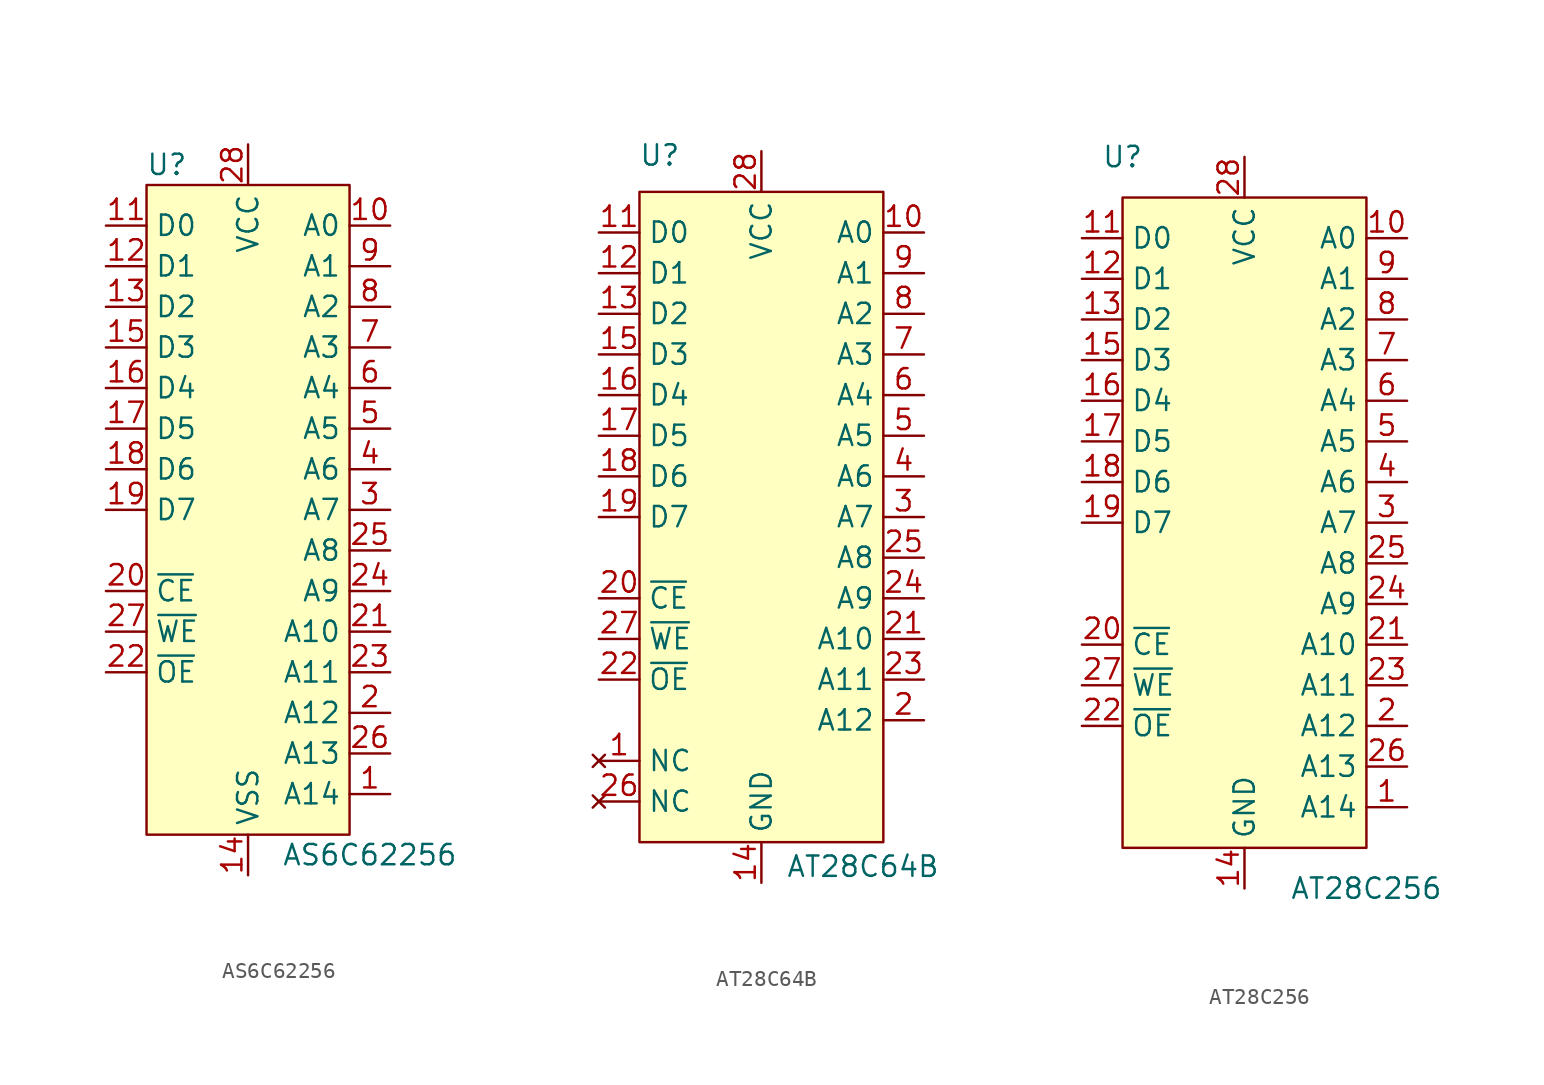
<source format=kicad_sym>
(kicad_symbol_lib
  (version 20211014)
  (generator kicad_symbol_editor)
  (symbol "AS6C62256"
    (property "Reference" "U"
      (at -5.08 13.97 0)
      (effects (font (size 1.27 1.27))))
    (property "Value" "AS6C62256"
      (at 7.62 -29.21 0)
      (effects (font (size 1.27 1.27))))
    (symbol "AS6C62256_0_1"
      (rectangle (start -6.35 12.7) (end 6.35 -27.94) (stroke (width 0) (type default) (color 0 0 0 0)) (fill (type background))))
    (symbol "AS6C62256_1_1"
      (pin input line (at 8.89 -25.4 180) (length 2.54) (name "A14" (effects (font (size 1.27 1.27)))) (number "1" (effects (font (size 1.27 1.27)))))
      (pin input line (at 8.89 10.16 180) (length 2.54) (name "A0" (effects (font (size 1.27 1.27)))) (number "10" (effects (font (size 1.27 1.27)))))
      (pin input line (at -8.89 10.16 0) (length 2.54) (name "D0" (effects (font (size 1.27 1.27)))) (number "11" (effects (font (size 1.27 1.27)))))
      (pin input line (at -8.89 7.62 0) (length 2.54) (name "D1" (effects (font (size 1.27 1.27)))) (number "12" (effects (font (size 1.27 1.27)))))
      (pin input line (at -8.89 5.08 0) (length 2.54) (name "D2" (effects (font (size 1.27 1.27)))) (number "13" (effects (font (size 1.27 1.27)))))
      (pin input line (at 0 -30.48 90) (length 2.54) (name "VSS" (effects (font (size 1.27 1.27)))) (number "14" (effects (font (size 1.27 1.27)))))
      (pin input line (at -8.89 2.54 0) (length 2.54) (name "D3" (effects (font (size 1.27 1.27)))) (number "15" (effects (font (size 1.27 1.27)))))
      (pin input line (at -8.89 0 0) (length 2.54) (name "D4" (effects (font (size 1.27 1.27)))) (number "16" (effects (font (size 1.27 1.27)))))
      (pin input line (at -8.89 -2.54 0) (length 2.54) (name "D5" (effects (font (size 1.27 1.27)))) (number "17" (effects (font (size 1.27 1.27)))))
      (pin input line (at -8.89 -5.08 0) (length 2.54) (name "D6" (effects (font (size 1.27 1.27)))) (number "18" (effects (font (size 1.27 1.27)))))
      (pin input line (at -8.89 -7.62 0) (length 2.54) (name "D7" (effects (font (size 1.27 1.27)))) (number "19" (effects (font (size 1.27 1.27)))))
      (pin input line (at 8.89 -20.32 180) (length 2.54) (name "A12" (effects (font (size 1.27 1.27)))) (number "2" (effects (font (size 1.27 1.27)))))
      (pin input line (at -8.89 -12.7 0) (length 2.54) (name "~{CE}" (effects (font (size 1.27 1.27)))) (number "20" (effects (font (size 1.27 1.27)))))
      (pin input line (at 8.89 -15.24 180) (length 2.54) (name "A10" (effects (font (size 1.27 1.27)))) (number "21" (effects (font (size 1.27 1.27)))))
      (pin input line (at -8.89 -17.78 0) (length 2.54) (name "~{OE}" (effects (font (size 1.27 1.27)))) (number "22" (effects (font (size 1.27 1.27)))))
      (pin input line (at 8.89 -17.78 180) (length 2.54) (name "A11" (effects (font (size 1.27 1.27)))) (number "23" (effects (font (size 1.27 1.27)))))
      (pin input line (at 8.89 -12.7 180) (length 2.54) (name "A9" (effects (font (size 1.27 1.27)))) (number "24" (effects (font (size 1.27 1.27)))))
      (pin input line (at 8.89 -10.16 180) (length 2.54) (name "A8" (effects (font (size 1.27 1.27)))) (number "25" (effects (font (size 1.27 1.27)))))
      (pin input line (at 8.89 -22.86 180) (length 2.54) (name "A13" (effects (font (size 1.27 1.27)))) (number "26" (effects (font (size 1.27 1.27)))))
      (pin input line (at -8.89 -15.24 0) (length 2.54) (name "~{WE}" (effects (font (size 1.27 1.27)))) (number "27" (effects (font (size 1.27 1.27)))))
      (pin input line (at 0 15.24 270) (length 2.54) (name "VCC" (effects (font (size 1.27 1.27)))) (number "28" (effects (font (size 1.27 1.27)))))
      (pin input line (at 8.89 -7.62 180) (length 2.54) (name "A7" (effects (font (size 1.27 1.27)))) (number "3" (effects (font (size 1.27 1.27)))))
      (pin input line (at 8.89 -5.08 180) (length 2.54) (name "A6" (effects (font (size 1.27 1.27)))) (number "4" (effects (font (size 1.27 1.27)))))
      (pin input line (at 8.89 -2.54 180) (length 2.54) (name "A5" (effects (font (size 1.27 1.27)))) (number "5" (effects (font (size 1.27 1.27)))))
      (pin input line (at 8.89 0 180) (length 2.54) (name "A4" (effects (font (size 1.27 1.27)))) (number "6" (effects (font (size 1.27 1.27)))))
      (pin input line (at 8.89 2.54 180) (length 2.54) (name "A3" (effects (font (size 1.27 1.27)))) (number "7" (effects (font (size 1.27 1.27)))))
      (pin input line (at 8.89 5.08 180) (length 2.54) (name "A2" (effects (font (size 1.27 1.27)))) (number "8" (effects (font (size 1.27 1.27)))))
      (pin input line (at 8.89 7.62 180) (length 2.54) (name "A1" (effects (font (size 1.27 1.27)))) (number "9" (effects (font (size 1.27 1.27)))))))
  (symbol "AT28C64B"
    (property "Reference" "U"
      (at -6.35 20.066 0)
      (effects (font (size 1.27 1.27))))
    (property "Value" "AT28C64B"
      (at 6.35 -24.384 0)
      (effects (font (size 1.27 1.27))))
    (symbol "AT28C64B_0_1"
      (rectangle (start -7.62 17.78) (end 7.62 -22.86) (stroke (width 0) (type default) (color 0 0 0 0)) (fill (type background))))
    (symbol "AT28C64B_1_1"
      (pin no_connect line (at -10.16 -17.78 0) (length 2.54) (name "NC" (effects (font (size 1.27 1.27)))) (number "1" (effects (font (size 1.27 1.27)))))
      (pin input line (at 10.16 15.24 180) (length 2.54) (name "A0" (effects (font (size 1.27 1.27)))) (number "10" (effects (font (size 1.27 1.27)))))
      (pin input line (at -10.16 15.24 0) (length 2.54) (name "D0" (effects (font (size 1.27 1.27)))) (number "11" (effects (font (size 1.27 1.27)))))
      (pin input line (at -10.16 12.7 0) (length 2.54) (name "D1" (effects (font (size 1.27 1.27)))) (number "12" (effects (font (size 1.27 1.27)))))
      (pin input line (at -10.16 10.16 0) (length 2.54) (name "D2" (effects (font (size 1.27 1.27)))) (number "13" (effects (font (size 1.27 1.27)))))
      (pin input line (at 0 -25.4 90) (length 2.54) (name "GND" (effects (font (size 1.27 1.27)))) (number "14" (effects (font (size 1.27 1.27)))))
      (pin input line (at -10.16 7.62 0) (length 2.54) (name "D3" (effects (font (size 1.27 1.27)))) (number "15" (effects (font (size 1.27 1.27)))))
      (pin input line (at -10.16 5.08 0) (length 2.54) (name "D4" (effects (font (size 1.27 1.27)))) (number "16" (effects (font (size 1.27 1.27)))))
      (pin input line (at -10.16 2.54 0) (length 2.54) (name "D5" (effects (font (size 1.27 1.27)))) (number "17" (effects (font (size 1.27 1.27)))))
      (pin input line (at -10.16 0 0) (length 2.54) (name "D6" (effects (font (size 1.27 1.27)))) (number "18" (effects (font (size 1.27 1.27)))))
      (pin input line (at -10.16 -2.54 0) (length 2.54) (name "D7" (effects (font (size 1.27 1.27)))) (number "19" (effects (font (size 1.27 1.27)))))
      (pin input line (at 10.16 -15.24 180) (length 2.54) (name "A12" (effects (font (size 1.27 1.27)))) (number "2" (effects (font (size 1.27 1.27)))))
      (pin input line (at -10.16 -7.62 0) (length 2.54) (name "~{CE}" (effects (font (size 1.27 1.27)))) (number "20" (effects (font (size 1.27 1.27)))))
      (pin input line (at 10.16 -10.16 180) (length 2.54) (name "A10" (effects (font (size 1.27 1.27)))) (number "21" (effects (font (size 1.27 1.27)))))
      (pin input line (at -10.16 -12.7 0) (length 2.54) (name "~{OE}" (effects (font (size 1.27 1.27)))) (number "22" (effects (font (size 1.27 1.27)))))
      (pin input line (at 10.16 -12.7 180) (length 2.54) (name "A11" (effects (font (size 1.27 1.27)))) (number "23" (effects (font (size 1.27 1.27)))))
      (pin input line (at 10.16 -7.62 180) (length 2.54) (name "A9" (effects (font (size 1.27 1.27)))) (number "24" (effects (font (size 1.27 1.27)))))
      (pin input line (at 10.16 -5.08 180) (length 2.54) (name "A8" (effects (font (size 1.27 1.27)))) (number "25" (effects (font (size 1.27 1.27)))))
      (pin no_connect line (at -10.16 -20.32 0) (length 2.54) (name "NC" (effects (font (size 1.27 1.27)))) (number "26" (effects (font (size 1.27 1.27)))))
      (pin input line (at -10.16 -10.16 0) (length 2.54) (name "~{WE}" (effects (font (size 1.27 1.27)))) (number "27" (effects (font (size 1.27 1.27)))))
      (pin input line (at 0 20.32 270) (length 2.54) (name "VCC" (effects (font (size 1.27 1.27)))) (number "28" (effects (font (size 1.27 1.27)))))
      (pin input line (at 10.16 -2.54 180) (length 2.54) (name "A7" (effects (font (size 1.27 1.27)))) (number "3" (effects (font (size 1.27 1.27)))))
      (pin input line (at 10.16 0 180) (length 2.54) (name "A6" (effects (font (size 1.27 1.27)))) (number "4" (effects (font (size 1.27 1.27)))))
      (pin input line (at 10.16 2.54 180) (length 2.54) (name "A5" (effects (font (size 1.27 1.27)))) (number "5" (effects (font (size 1.27 1.27)))))
      (pin input line (at 10.16 5.08 180) (length 2.54) (name "A4" (effects (font (size 1.27 1.27)))) (number "6" (effects (font (size 1.27 1.27)))))
      (pin input line (at 10.16 7.62 180) (length 2.54) (name "A3" (effects (font (size 1.27 1.27)))) (number "7" (effects (font (size 1.27 1.27)))))
      (pin input line (at 10.16 10.16 180) (length 2.54) (name "A2" (effects (font (size 1.27 1.27)))) (number "8" (effects (font (size 1.27 1.27)))))
      (pin input line (at 10.16 12.7 180) (length 2.54) (name "A1" (effects (font (size 1.27 1.27)))) (number "9" (effects (font (size 1.27 1.27)))))))
  (symbol "AT28C256"
    (property "Reference" "U"
      (at -7.62 20.32 0)
      (effects (font (size 1.27 1.27))))
    (property "Value" "AT28C256"
      (at 7.62 -25.4 0)
      (effects (font (size 1.27 1.27))))
    (symbol "AT28C256_0_1"
      (rectangle (start -7.62 17.78) (end 7.62 -22.86) (stroke (width 0) (type default) (color 0 0 0 0)) (fill (type background))))
    (symbol "AT28C256_1_1"
      (pin input line (at 10.16 -20.32 180) (length 2.54) (name "A14" (effects (font (size 1.27 1.27)))) (number "1" (effects (font (size 1.27 1.27)))))
      (pin input line (at 10.16 15.24 180) (length 2.54) (name "A0" (effects (font (size 1.27 1.27)))) (number "10" (effects (font (size 1.27 1.27)))))
      (pin input line (at -10.16 15.24 0) (length 2.54) (name "D0" (effects (font (size 1.27 1.27)))) (number "11" (effects (font (size 1.27 1.27)))))
      (pin input line (at -10.16 12.7 0) (length 2.54) (name "D1" (effects (font (size 1.27 1.27)))) (number "12" (effects (font (size 1.27 1.27)))))
      (pin input line (at -10.16 10.16 0) (length 2.54) (name "D2" (effects (font (size 1.27 1.27)))) (number "13" (effects (font (size 1.27 1.27)))))
      (pin input line (at 0 -25.4 90) (length 2.54) (name "GND" (effects (font (size 1.27 1.27)))) (number "14" (effects (font (size 1.27 1.27)))))
      (pin input line (at -10.16 7.62 0) (length 2.54) (name "D3" (effects (font (size 1.27 1.27)))) (number "15" (effects (font (size 1.27 1.27)))))
      (pin input line (at -10.16 5.08 0) (length 2.54) (name "D4" (effects (font (size 1.27 1.27)))) (number "16" (effects (font (size 1.27 1.27)))))
      (pin input line (at -10.16 2.54 0) (length 2.54) (name "D5" (effects (font (size 1.27 1.27)))) (number "17" (effects (font (size 1.27 1.27)))))
      (pin input line (at -10.16 0 0) (length 2.54) (name "D6" (effects (font (size 1.27 1.27)))) (number "18" (effects (font (size 1.27 1.27)))))
      (pin input line (at -10.16 -2.54 0) (length 2.54) (name "D7" (effects (font (size 1.27 1.27)))) (number "19" (effects (font (size 1.27 1.27)))))
      (pin input line (at 10.16 -15.24 180) (length 2.54) (name "A12" (effects (font (size 1.27 1.27)))) (number "2" (effects (font (size 1.27 1.27)))))
      (pin input line (at -10.16 -10.16 0) (length 2.54) (name "~{CE}" (effects (font (size 1.27 1.27)))) (number "20" (effects (font (size 1.27 1.27)))))
      (pin input line (at 10.16 -10.16 180) (length 2.54) (name "A10" (effects (font (size 1.27 1.27)))) (number "21" (effects (font (size 1.27 1.27)))))
      (pin input line (at -10.16 -15.24 0) (length 2.54) (name "~{OE}" (effects (font (size 1.27 1.27)))) (number "22" (effects (font (size 1.27 1.27)))))
      (pin input line (at 10.16 -12.7 180) (length 2.54) (name "A11" (effects (font (size 1.27 1.27)))) (number "23" (effects (font (size 1.27 1.27)))))
      (pin input line (at 10.16 -7.62 180) (length 2.54) (name "A9" (effects (font (size 1.27 1.27)))) (number "24" (effects (font (size 1.27 1.27)))))
      (pin input line (at 10.16 -5.08 180) (length 2.54) (name "A8" (effects (font (size 1.27 1.27)))) (number "25" (effects (font (size 1.27 1.27)))))
      (pin input line (at 10.16 -17.78 180) (length 2.54) (name "A13" (effects (font (size 1.27 1.27)))) (number "26" (effects (font (size 1.27 1.27)))))
      (pin input line (at -10.16 -12.7 0) (length 2.54) (name "~{WE}" (effects (font (size 1.27 1.27)))) (number "27" (effects (font (size 1.27 1.27)))))
      (pin input line (at 0 20.32 270) (length 2.54) (name "VCC" (effects (font (size 1.27 1.27)))) (number "28" (effects (font (size 1.27 1.27)))))
      (pin input line (at 10.16 -2.54 180) (length 2.54) (name "A7" (effects (font (size 1.27 1.27)))) (number "3" (effects (font (size 1.27 1.27)))))
      (pin input line (at 10.16 0 180) (length 2.54) (name "A6" (effects (font (size 1.27 1.27)))) (number "4" (effects (font (size 1.27 1.27)))))
      (pin input line (at 10.16 2.54 180) (length 2.54) (name "A5" (effects (font (size 1.27 1.27)))) (number "5" (effects (font (size 1.27 1.27)))))
      (pin input line (at 10.16 5.08 180) (length 2.54) (name "A4" (effects (font (size 1.27 1.27)))) (number "6" (effects (font (size 1.27 1.27)))))
      (pin input line (at 10.16 7.62 180) (length 2.54) (name "A3" (effects (font (size 1.27 1.27)))) (number "7" (effects (font (size 1.27 1.27)))))
      (pin input line (at 10.16 10.16 180) (length 2.54) (name "A2" (effects (font (size 1.27 1.27)))) (number "8" (effects (font (size 1.27 1.27)))))
      (pin input line (at 10.16 12.7 180) (length 2.54) (name "A1" (effects (font (size 1.27 1.27)))) (number "9" (effects (font (size 1.27 1.27))))))))
</source>
